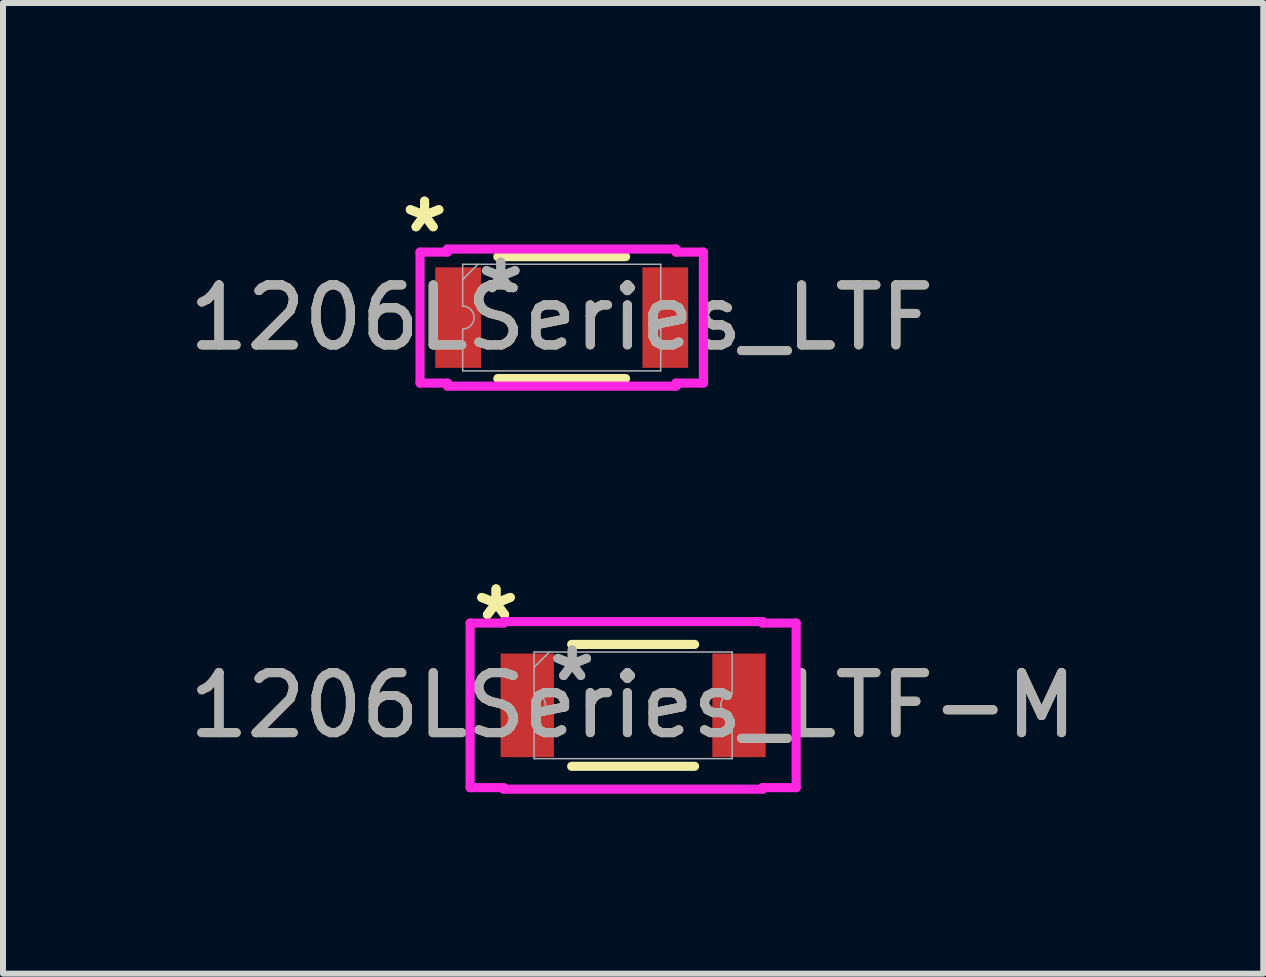
<source format=kicad_pcb>
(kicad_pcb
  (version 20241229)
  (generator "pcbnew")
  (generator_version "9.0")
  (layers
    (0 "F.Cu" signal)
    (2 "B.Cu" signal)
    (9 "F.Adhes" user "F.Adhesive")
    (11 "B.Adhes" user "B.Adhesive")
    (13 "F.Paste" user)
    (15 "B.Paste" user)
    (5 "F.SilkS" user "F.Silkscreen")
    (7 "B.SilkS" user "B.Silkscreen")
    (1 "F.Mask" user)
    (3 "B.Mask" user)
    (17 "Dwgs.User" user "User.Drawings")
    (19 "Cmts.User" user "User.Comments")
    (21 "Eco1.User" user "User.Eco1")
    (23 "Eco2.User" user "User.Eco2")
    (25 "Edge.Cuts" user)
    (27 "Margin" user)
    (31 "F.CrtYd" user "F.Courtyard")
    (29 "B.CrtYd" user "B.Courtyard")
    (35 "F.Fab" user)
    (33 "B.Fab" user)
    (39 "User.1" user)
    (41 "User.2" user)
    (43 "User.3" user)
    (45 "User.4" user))
  (footprint "1206LSeries_LTF-M"
    (layer "F.Cu")
    (at 7.506 8.71)
    (property "Reference" "1206LSeries_LTF-M" (at 0 0 0) (unlocked yes) (layer "F.SilkS") (effects (font (size 1 1) (thickness 0.15))))
    (attr smd)
    (fp_line (start -1.025 -1.016) (end 1.025 -1.016) (stroke (width 0.152) (type solid)) (layer "F.SilkS"))
    (fp_line (start -1.025 1.016) (end 1.025 1.016) (stroke (width 0.152) (type solid)) (layer "F.SilkS"))
    (fp_line (start -2.718 -1.372) (end -2.159 -1.372) (stroke (width 0.152) (type solid)) (layer "F.CrtYd"))
    (fp_line (start -2.718 1.372) (end -2.718 -1.372) (stroke (width 0.152) (type solid)) (layer "F.CrtYd"))
    (fp_line (start -2.718 1.372) (end -2.159 1.372) (stroke (width 0.152) (type solid)) (layer "F.CrtYd"))
    (fp_line (start -2.159 -1.397) (end 2.159 -1.397) (stroke (width 0.152) (type solid)) (layer "F.CrtYd"))
    (fp_line (start -2.159 -1.372) (end -2.159 -1.397) (stroke (width 0.152) (type solid)) (layer "F.CrtYd"))
    (fp_line (start -2.159 1.397) (end -2.159 1.372) (stroke (width 0.152) (type solid)) (layer "F.CrtYd"))
    (fp_line (start 2.159 -1.397) (end 2.159 -1.372) (stroke (width 0.152) (type solid)) (layer "F.CrtYd"))
    (fp_line (start 2.159 1.372) (end 2.159 1.397) (stroke (width 0.152) (type solid)) (layer "F.CrtYd"))
    (fp_line (start 2.159 1.397) (end -2.159 1.397) (stroke (width 0.152) (type solid)) (layer "F.CrtYd"))
    (fp_line (start 2.718 -1.372) (end 2.159 -1.372) (stroke (width 0.152) (type solid)) (layer "F.CrtYd"))
    (fp_line (start 2.718 -1.372) (end 2.718 1.372) (stroke (width 0.152) (type solid)) (layer "F.CrtYd"))
    (fp_line (start 2.718 1.372) (end 2.159 1.372) (stroke (width 0.152) (type solid)) (layer "F.CrtYd"))
    (fp_line (start -1.651 -0.889) (end 1.651 -0.889) (stroke (width 0.025) (type solid)) (layer "F.Fab"))
    (fp_line (start -1.651 -0.191) (end -1.651 -0.889) (stroke (width 0.025) (type solid)) (layer "F.Fab"))
    (fp_line (start -1.651 0.191) (end -1.651 0.889) (stroke (width 0.025) (type solid)) (layer "F.Fab"))
    (fp_line (start -1.651 0.889) (end 1.651 0.889) (stroke (width 0.025) (type solid)) (layer "F.Fab"))
    (fp_line (start -1.397 -0.889) (end -1.651 -0.635) (stroke (width 0.025) (type solid)) (layer "F.Fab"))
    (fp_line (start 1.651 -0.191) (end 1.651 -0.889) (stroke (width 0.025) (type solid)) (layer "F.Fab"))
    (fp_line (start 1.651 0.191) (end 1.651 0.889) (stroke (width 0.025) (type solid)) (layer "F.Fab"))
    (fp_arc (start -1.651 -0.1905) (mid -1.4605 0) (end -1.651 0.1905) (stroke (width 0.0254) (type solid)) (layer "F.Fab"))
    (fp_arc (start 1.651 0.1905) (mid 1.4605 0) (end 1.651 -0.1905) (stroke (width 0.0254) (type solid)) (layer "F.Fab"))
    (fp_text user "*" (at -2.286 -1.397 0) (unlocked yes) (layer "F.SilkS") (effects (font (size 1 1) (thickness 0.15))))
    (fp_text user "*" (at -2.286 -1.397 0) (layer "F.SilkS") (effects (font (size 1 1) (thickness 0.15))))
    (fp_text user "*" (at -1.016 -0.381 0) (unlocked yes) (layer "F.Fab") (effects (font (size 1 1) (thickness 0.15))))
    (fp_text user "*" (at -1.016 -0.381 0) (layer "F.Fab") (effects (font (size 1 1) (thickness 0.15))))
    (fp_text user "${REFERENCE}" (at 0 0 0) (unlocked yes) (layer "F.Fab") (effects (font (size 1 1) (thickness 0.15))))
    (pad "1" smd rect (at -1.765 0) (size 0.889 1.727) (layers "F.Cu" "F.Mask" "F.Paste"))
    (pad "2" smd rect (at 1.765 0) (size 0.889 1.727) (layers "F.Cu" "F.Mask" "F.Paste")))
  (footprint "1206LSeries_LTF"
    (layer "F.Cu")
    (at 6.315 2.245)
    (property "Reference" "1206LSeries_LTF" (at 0 0 0) (unlocked yes) (layer "F.SilkS") (effects (font (size 1 1) (thickness 0.15))))
    (attr smd)
    (fp_line (start -1.065 -1.016) (end 1.065 -1.016) (stroke (width 0.152) (type solid)) (layer "F.SilkS"))
    (fp_line (start -1.065 1.016) (end 1.065 1.016) (stroke (width 0.152) (type solid)) (layer "F.SilkS"))
    (fp_line (start -2.362 -1.092) (end -1.905 -1.092) (stroke (width 0.152) (type solid)) (layer "F.CrtYd"))
    (fp_line (start -2.362 1.092) (end -2.362 -1.092) (stroke (width 0.152) (type solid)) (layer "F.CrtYd"))
    (fp_line (start -2.362 1.092) (end -1.905 1.092) (stroke (width 0.152) (type solid)) (layer "F.CrtYd"))
    (fp_line (start -1.905 -1.143) (end 1.905 -1.143) (stroke (width 0.152) (type solid)) (layer "F.CrtYd"))
    (fp_line (start -1.905 -1.092) (end -1.905 -1.143) (stroke (width 0.152) (type solid)) (layer "F.CrtYd"))
    (fp_line (start -1.905 1.143) (end -1.905 1.092) (stroke (width 0.152) (type solid)) (layer "F.CrtYd"))
    (fp_line (start 1.905 -1.143) (end 1.905 -1.092) (stroke (width 0.152) (type solid)) (layer "F.CrtYd"))
    (fp_line (start 1.905 1.092) (end 1.905 1.143) (stroke (width 0.152) (type solid)) (layer "F.CrtYd"))
    (fp_line (start 1.905 1.143) (end -1.905 1.143) (stroke (width 0.152) (type solid)) (layer "F.CrtYd"))
    (fp_line (start 2.362 -1.092) (end 1.905 -1.092) (stroke (width 0.152) (type solid)) (layer "F.CrtYd"))
    (fp_line (start 2.362 -1.092) (end 2.362 1.092) (stroke (width 0.152) (type solid)) (layer "F.CrtYd"))
    (fp_line (start 2.362 1.092) (end 1.905 1.092) (stroke (width 0.152) (type solid)) (layer "F.CrtYd"))
    (fp_line (start -1.651 -0.889) (end 1.651 -0.889) (stroke (width 0.025) (type solid)) (layer "F.Fab"))
    (fp_line (start -1.651 -0.191) (end -1.651 -0.889) (stroke (width 0.025) (type solid)) (layer "F.Fab"))
    (fp_line (start -1.651 0.191) (end -1.651 0.889) (stroke (width 0.025) (type solid)) (layer "F.Fab"))
    (fp_line (start -1.651 0.889) (end 1.651 0.889) (stroke (width 0.025) (type solid)) (layer "F.Fab"))
    (fp_line (start -1.397 -0.889) (end -1.651 -0.635) (stroke (width 0.025) (type solid)) (layer "F.Fab"))
    (fp_line (start 1.651 -0.191) (end 1.651 -0.889) (stroke (width 0.025) (type solid)) (layer "F.Fab"))
    (fp_line (start 1.651 0.191) (end 1.651 0.889) (stroke (width 0.025) (type solid)) (layer "F.Fab"))
    (fp_arc (start -1.651 -0.1905) (mid -1.4605 0) (end -1.651 0.1905) (stroke (width 0.0254) (type solid)) (layer "F.Fab"))
    (fp_arc (start 1.651 0.1905) (mid 1.4605 0) (end 1.651 -0.1905) (stroke (width 0.0254) (type solid)) (layer "F.Fab"))
    (fp_text user "*" (at -2.286 -1.397 0) (unlocked yes) (layer "F.SilkS") (effects (font (size 1 1) (thickness 0.15))))
    (fp_text user "*" (at -2.286 -1.397 0) (layer "F.SilkS") (effects (font (size 1 1) (thickness 0.15))))
    (fp_text user "*" (at -1.016 -0.381 0) (layer "F.Fab") (effects (font (size 1 1) (thickness 0.15))))
    (fp_text user "*" (at -1.016 -0.381 0) (unlocked yes) (layer "F.Fab") (effects (font (size 1 1) (thickness 0.15))))
    (fp_text user "${REFERENCE}" (at 0 0 0) (unlocked yes) (layer "F.Fab") (effects (font (size 1 1) (thickness 0.15))))
    (pad "1" smd rect (at -1.727 0) (size 0.762 1.676) (layers "F.Cu" "F.Mask" "F.Paste"))
    (pad "2" smd rect (at 1.727 0) (size 0.762 1.676) (layers "F.Cu" "F.Mask" "F.Paste")))
  (gr_rect
    (start -3 -3)
    (end 18.012 13.183)
    (stroke (width 0.1) (type default))
    (fill no)
    (layer "Edge.Cuts")))
</source>
